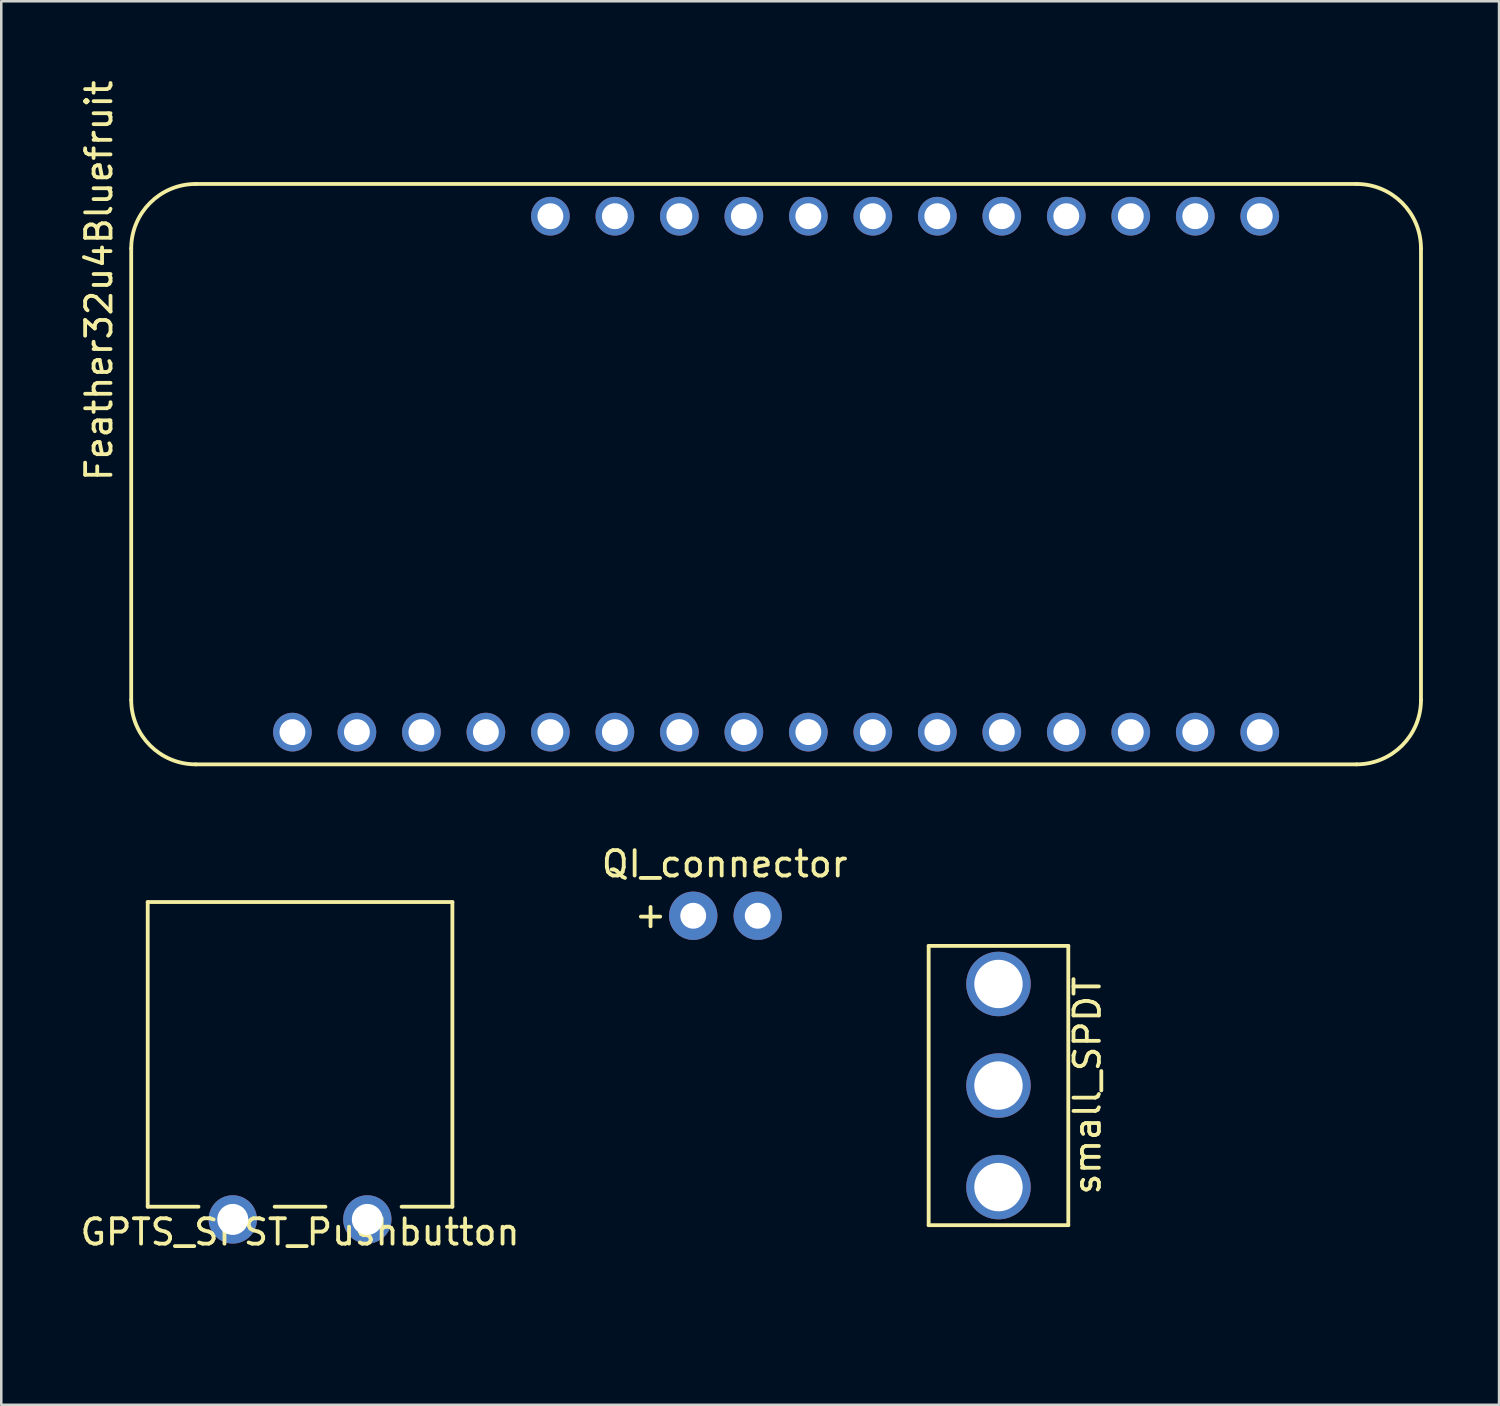
<source format=kicad_pcb>
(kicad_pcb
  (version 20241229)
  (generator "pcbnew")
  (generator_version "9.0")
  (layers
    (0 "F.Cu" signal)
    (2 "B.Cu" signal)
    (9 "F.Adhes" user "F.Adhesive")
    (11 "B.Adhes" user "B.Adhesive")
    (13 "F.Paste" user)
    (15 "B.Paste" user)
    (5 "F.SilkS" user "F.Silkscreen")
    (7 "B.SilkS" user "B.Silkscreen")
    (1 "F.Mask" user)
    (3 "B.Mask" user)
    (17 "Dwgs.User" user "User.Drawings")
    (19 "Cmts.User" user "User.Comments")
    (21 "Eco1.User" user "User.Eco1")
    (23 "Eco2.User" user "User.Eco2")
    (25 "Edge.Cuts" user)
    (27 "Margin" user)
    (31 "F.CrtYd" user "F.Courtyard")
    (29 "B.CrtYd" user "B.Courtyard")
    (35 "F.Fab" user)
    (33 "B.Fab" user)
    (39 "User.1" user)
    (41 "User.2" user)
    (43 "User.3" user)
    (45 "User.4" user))
  (footprint "Feather32u4Bluefruit"
    (layer "F.Cu")
    (at 27.518 15.626)
    (property "Reference" "Feather32u4Bluefruit" (at -26.67 -7.62 90) (layer "F.SilkS") (effects (font (size 1 1) (thickness 0.15))))
    (attr through_hole)
    (fp_line (start -25.4 8.89) (end -25.4 -8.89) (stroke (width 0.15) (type solid)) (layer "F.SilkS"))
    (fp_line (start -22.86 -11.43) (end 22.86 -11.43) (stroke (width 0.15) (type solid)) (layer "F.SilkS"))
    (fp_line (start 22.86 11.43) (end -22.86 11.43) (stroke (width 0.15) (type solid)) (layer "F.SilkS"))
    (fp_line (start 25.4 -8.89) (end 25.4 8.89) (stroke (width 0.15) (type solid)) (layer "F.SilkS"))
    (fp_arc (start -25.4 -8.89) (mid -24.656051 -10.686051) (end -22.86 -11.43) (stroke (width 0.15) (type solid)) (layer "F.SilkS"))
    (fp_arc (start -22.86 11.43) (mid -24.656051 10.686051) (end -25.4 8.89) (stroke (width 0.15) (type solid)) (layer "F.SilkS"))
    (fp_arc (start 22.86 -11.43) (mid 24.656051 -10.686051) (end 25.4 -8.89) (stroke (width 0.15) (type solid)) (layer "F.SilkS"))
    (fp_arc (start 25.4 8.89) (mid 24.656051 10.686051) (end 22.86 11.43) (stroke (width 0.15) (type solid)) (layer "F.SilkS"))
    (fp_line (start -25.4 -3.81) (end -19.05 -3.81) (stroke (width 0.15) (type solid)) (layer "Eco2.User"))
    (fp_line (start -19.05 -3.81) (end -19.05 3.81) (stroke (width 0.15) (type solid)) (layer "Eco2.User"))
    (fp_line (start -19.05 3.81) (end -25.4 3.81) (stroke (width 0.15) (type solid)) (layer "Eco2.User"))
    (fp_line (start -17.272 -11.176) (end -17.272 -9.144) (stroke (width 0.15) (type solid)) (layer "Eco2.User"))
    (fp_line (start -17.272 -9.144) (end -12.192 -9.144) (stroke (width 0.15) (type solid)) (layer "Eco2.User"))
    (fp_line (start -12.192 -11.176) (end -17.272 -11.176) (stroke (width 0.15) (type solid)) (layer "Eco2.User"))
    (fp_line (start -12.192 -9.144) (end -12.192 -11.176) (stroke (width 0.15) (type solid)) (layer "Eco2.User"))
    (fp_circle (center -22.86 -8.89) (end -22.86 -10.795) (stroke (width 0.15) (type solid)) (fill no) (layer "Eco2.User"))
    (fp_circle (center -22.86 8.89) (end -22.86 10.795) (stroke (width 0.15) (type solid)) (fill no) (layer "Eco2.User"))
    (fp_circle (center 22.86 -8.89) (end 22.86 -10.795) (stroke (width 0.15) (type solid)) (fill no) (layer "Eco2.User"))
    (fp_circle (center 22.86 8.89) (end 22.86 10.795) (stroke (width 0.15) (type solid)) (fill no) (layer "Eco2.User"))
    (pad "1" thru_hole circle (at -8.89 -10.16) (size 1.524 1.524) (drill 1.02) (layers "*.Cu" "*.Mask"))
    (pad "2" thru_hole circle (at -6.35 -10.16) (size 1.524 1.524) (drill 1.02) (layers "*.Cu" "*.Mask"))
    (pad "3" thru_hole circle (at -3.81 -10.16) (size 1.524 1.524) (drill 1.02) (layers "*.Cu" "*.Mask"))
    (pad "4" thru_hole circle (at -1.27 -10.16) (size 1.524 1.524) (drill 1.02) (layers "*.Cu" "*.Mask"))
    (pad "5" thru_hole circle (at 1.27 -10.16) (size 1.524 1.524) (drill 1.02) (layers "*.Cu" "*.Mask"))
    (pad "6" thru_hole circle (at 3.81 -10.16) (size 1.524 1.524) (drill 1.02) (layers "*.Cu" "*.Mask"))
    (pad "7" thru_hole circle (at 6.35 -10.16) (size 1.524 1.524) (drill 1.02) (layers "*.Cu" "*.Mask"))
    (pad "8" thru_hole circle (at 8.89 -10.16) (size 1.524 1.524) (drill 1.02) (layers "*.Cu" "*.Mask"))
    (pad "9" thru_hole circle (at 11.43 -10.16) (size 1.524 1.524) (drill 1.02) (layers "*.Cu" "*.Mask"))
    (pad "10" thru_hole circle (at 13.97 -10.16) (size 1.524 1.524) (drill 1.02) (layers "*.Cu" "*.Mask"))
    (pad "11" thru_hole circle (at 16.51 -10.16) (size 1.524 1.524) (drill 1.02) (layers "*.Cu" "*.Mask"))
    (pad "12" thru_hole circle (at 19.05 -10.16) (size 1.524 1.524) (drill 1.02) (layers "*.Cu" "*.Mask"))
    (pad "13" thru_hole circle (at 19.05 10.16) (size 1.524 1.524) (drill 1.02) (layers "*.Cu" "*.Mask"))
    (pad "14" thru_hole circle (at 16.51 10.16) (size 1.524 1.524) (drill 1.02) (layers "*.Cu" "*.Mask"))
    (pad "15" thru_hole circle (at 13.97 10.16) (size 1.524 1.524) (drill 1.02) (layers "*.Cu" "*.Mask"))
    (pad "16" thru_hole circle (at 11.43 10.16) (size 1.524 1.524) (drill 1.02) (layers "*.Cu" "*.Mask"))
    (pad "17" thru_hole circle (at 8.89 10.16) (size 1.524 1.524) (drill 1.02) (layers "*.Cu" "*.Mask"))
    (pad "18" thru_hole circle (at 6.35 10.16) (size 1.524 1.524) (drill 1.02) (layers "*.Cu" "*.Mask"))
    (pad "19" thru_hole circle (at 3.81 10.16) (size 1.524 1.524) (drill 1.02) (layers "*.Cu" "*.Mask"))
    (pad "20" thru_hole circle (at 1.27 10.16) (size 1.524 1.524) (drill 1.02) (layers "*.Cu" "*.Mask"))
    (pad "21" thru_hole circle (at -1.27 10.16) (size 1.524 1.524) (drill 1.02) (layers "*.Cu" "*.Mask"))
    (pad "22" thru_hole circle (at -3.81 10.16) (size 1.524 1.524) (drill 1.02) (layers "*.Cu" "*.Mask"))
    (pad "23" thru_hole circle (at -6.35 10.16) (size 1.524 1.524) (drill 1.02) (layers "*.Cu" "*.Mask"))
    (pad "24" thru_hole circle (at -8.89 10.16) (size 1.524 1.524) (drill 1.02) (layers "*.Cu" "*.Mask"))
    (pad "25" thru_hole circle (at -11.43 10.16) (size 1.524 1.524) (drill 1.02) (layers "*.Cu" "*.Mask"))
    (pad "26" thru_hole circle (at -13.97 10.16) (size 1.524 1.524) (drill 1.02) (layers "*.Cu" "*.Mask"))
    (pad "27" thru_hole circle (at -16.51 10.16) (size 1.524 1.524) (drill 1.02) (layers "*.Cu" "*.Mask"))
    (pad "28" thru_hole circle (at -19.05 10.16) (size 1.524 1.524) (drill 1.02) (layers "*.Cu" "*.Mask")))
  (footprint "GPTS_SPST_Pushbutton"
    (layer "F.Cu")
    (at 8.768 38.979)
    (property "Reference" "GPTS_SPST_Pushbutton" (at 0 6.5 0) (layer "F.SilkS") (effects (font (size 1 1) (thickness 0.15))))
    (attr through_hole)
    (fp_line (start -6 -6.5) (end 6 -6.5) (stroke (width 0.15) (type solid)) (layer "F.SilkS"))
    (fp_line (start -6 5.5) (end -6 -6.5) (stroke (width 0.15) (type solid)) (layer "F.SilkS"))
    (fp_line (start -4 5.5) (end -6 5.5) (stroke (width 0.15) (type solid)) (layer "F.SilkS"))
    (fp_line (start 1 5.5) (end -1 5.5) (stroke (width 0.15) (type solid)) (layer "F.SilkS"))
    (fp_line (start 6 -6.5) (end 6 5.5) (stroke (width 0.15) (type solid)) (layer "F.SilkS"))
    (fp_line (start 6 5.5) (end 4 5.5) (stroke (width 0.15) (type solid)) (layer "F.SilkS"))
    (fp_line (start -6 -6.5) (end 6 -6.5) (stroke (width 0.15) (type solid)) (layer "Eco2.User"))
    (fp_line (start -6 5.5) (end -6 -6.5) (stroke (width 0.15) (type solid)) (layer "Eco2.User"))
    (fp_line (start 6 -6.5) (end 6 5.5) (stroke (width 0.15) (type solid)) (layer "Eco2.User"))
    (fp_line (start 6 5.5) (end -6 5.5) (stroke (width 0.15) (type solid)) (layer "Eco2.User"))
    (fp_circle (center 0 -0.5) (end 2.5 -0.5) (stroke (width 0.15) (type solid)) (fill no) (layer "Eco2.User"))
    (fp_text user "DigiKey CW181-ND" (at 0 -8 0) (layer "Eco2.User") (effects (font (size 1 1) (thickness 0.15))))
    (pad "1" thru_hole circle (at -2.65 6) (size 1.905 1.905) (drill 1.219) (layers "*.Cu" "*.Mask"))
    (pad "2" thru_hole circle (at 2.65 6) (size 1.905 1.905) (drill 1.219) (layers "*.Cu" "*.Mask")))
  (footprint "QI_connector"
    (layer "F.Cu")
    (at 25.494 32.979)
    (property "Reference" "QI_connector" (at 0 -2 180) (layer "F.SilkS") (effects (font (size 1 1) (thickness 0.15))))
    (attr through_hole)
    (fp_text user "+" (at -2.921 0 0) (layer "F.SilkS") (effects (font (size 1 1) (thickness 0.15))))
    (pad "1" thru_hole circle (at -1.24 0.04) (size 1.905 1.905) (drill 1.02) (layers "*.Cu" "*.Mask"))
    (pad "2" thru_hole circle (at 1.3 0.04) (size 1.905 1.905) (drill 1.02) (layers "*.Cu" "*.Mask")))
  (footprint "small_SPDT"
    (layer "F.Cu")
    (at 36.277 39.706)
    (property "Reference" "small_SPDT" (at 3.5 0 90) (layer "F.SilkS") (effects (font (size 1 1) (thickness 0.15))))
    (attr through_hole)
    (fp_line (start -2.75 -5.5) (end 2.75 -5.5) (stroke (width 0.15) (type solid)) (layer "F.SilkS"))
    (fp_line (start -2.75 5.5) (end -2.75 -5.5) (stroke (width 0.15) (type solid)) (layer "F.SilkS"))
    (fp_line (start 2.75 -5.5) (end 2.75 5.5) (stroke (width 0.15) (type solid)) (layer "F.SilkS"))
    (fp_line (start 2.75 5.5) (end -2.75 5.5) (stroke (width 0.15) (type solid)) (layer "F.SilkS"))
    (fp_line (start -2.75 -9.5) (end 2.75 -9.5) (stroke (width 0.15) (type solid)) (layer "Eco2.User"))
    (fp_line (start -2.75 -5.5) (end -2.75 -9.5) (stroke (width 0.15) (type solid)) (layer "Eco2.User"))
    (fp_line (start -2.75 5.5) (end -2.75 9.5) (stroke (width 0.15) (type solid)) (layer "Eco2.User"))
    (fp_line (start -2.75 9.5) (end 2.75 9.5) (stroke (width 0.15) (type solid)) (layer "Eco2.User"))
    (fp_line (start 2.75 -9.5) (end 2.75 -5.5) (stroke (width 0.15) (type solid)) (layer "Eco2.User"))
    (fp_line (start 2.75 9.5) (end 2.75 5.5) (stroke (width 0.15) (type solid)) (layer "Eco2.User"))
    (fp_circle (center 0 -7.5) (end 0 -9) (stroke (width 0.15) (type solid)) (fill no) (layer "Eco2.User"))
    (fp_circle (center 0 7.5) (end 0 9) (stroke (width 0.15) (type solid)) (fill no) (layer "Eco2.User"))
    (pad "1" thru_hole circle (at 0 0) (size 2.54 2.54) (drill 1.905) (layers "*.Cu" "*.Mask"))
    (pad "2" thru_hole circle (at 0 -4) (size 2.54 2.54) (drill 1.905) (layers "*.Cu" "*.Mask"))
    (pad "3" thru_hole circle (at 0 4) (size 2.54 2.54) (drill 1.905) (layers "*.Cu" "*.Mask")))
  (gr_rect
    (start -3 -3)
    (end 55.993 52.281)
    (stroke (width 0.1) (type default))
    (fill no)
    (layer "Edge.Cuts")))
</source>
